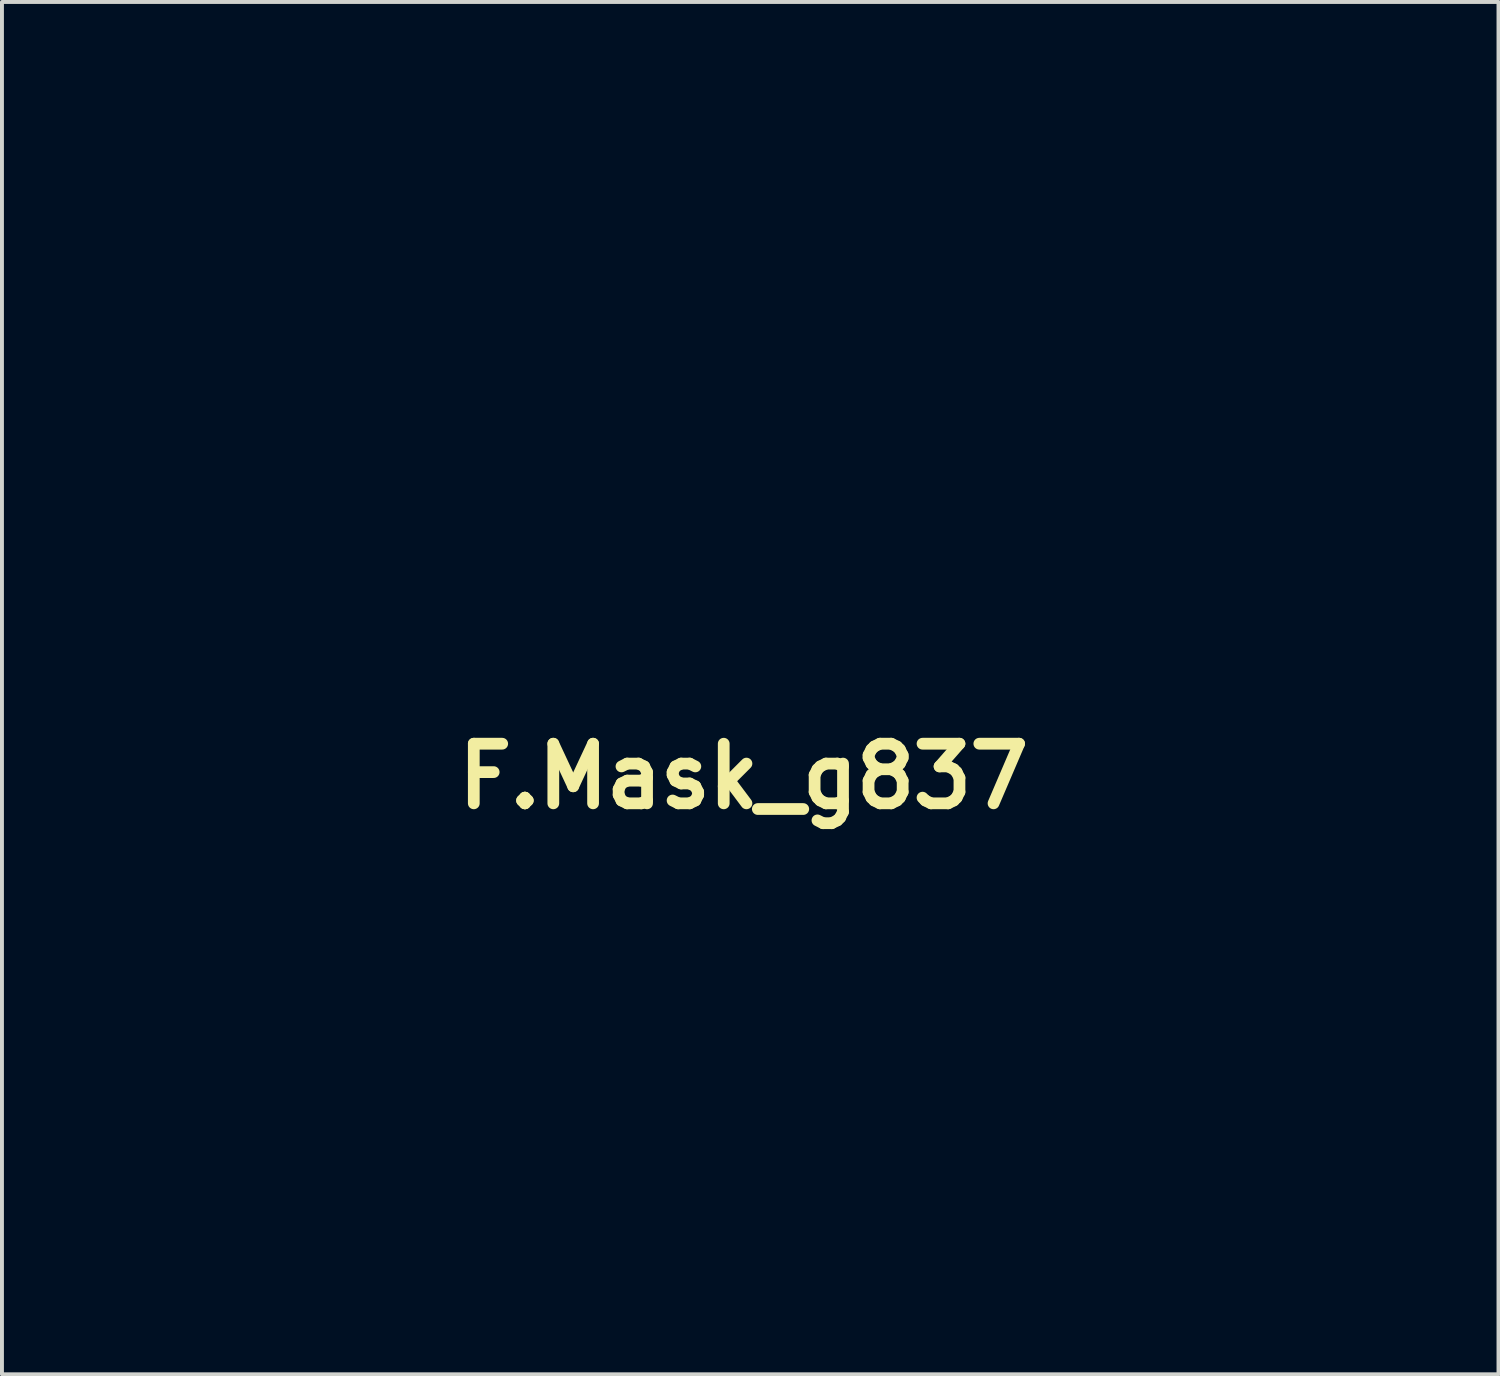
<source format=kicad_pcb>
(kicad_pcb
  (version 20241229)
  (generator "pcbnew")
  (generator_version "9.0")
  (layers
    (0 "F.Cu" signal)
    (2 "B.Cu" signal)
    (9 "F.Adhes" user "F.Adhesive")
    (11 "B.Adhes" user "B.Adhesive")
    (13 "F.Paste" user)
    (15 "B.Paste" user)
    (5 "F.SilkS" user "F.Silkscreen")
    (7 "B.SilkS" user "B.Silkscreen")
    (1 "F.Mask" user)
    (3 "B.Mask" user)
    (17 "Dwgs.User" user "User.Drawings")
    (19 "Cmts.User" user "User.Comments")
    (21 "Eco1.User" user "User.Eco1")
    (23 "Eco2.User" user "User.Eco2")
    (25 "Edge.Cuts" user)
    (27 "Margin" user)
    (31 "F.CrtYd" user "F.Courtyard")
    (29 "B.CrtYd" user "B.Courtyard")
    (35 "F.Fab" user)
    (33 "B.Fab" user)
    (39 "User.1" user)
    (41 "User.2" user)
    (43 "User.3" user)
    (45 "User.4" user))
  (footprint "F.Mask_g837"
    (layer "F.Cu")
    (at 15.951 16.788)
    (property "Reference" "F.Mask_g837" (at 0 0 0) (layer "F.SilkS") (effects (font (size 1.524 1.524) (thickness 0.3))))
    (attr through_hole)
    (fp_poly (pts (xy 0.4 -16.76) (xy 0.507 -16.694) (xy 0.673 -16.59) (xy 0.891 -16.45) (xy 1.156 -16.28) (xy 1.461 -16.083) (xy 1.801 -15.863) (xy 2.169 -15.624) (xy 2.56 -15.369) (xy 2.967 -15.104) (xy 3.385 -14.831) (xy 3.807 -14.555) (xy 4.227 -14.279) (xy 4.64 -14.008) (xy 5.039 -13.746) (xy 5.418 -13.496) (xy 5.772 -13.262) (xy 6.094 -13.049) (xy 6.378 -12.86) (xy 6.619 -12.699) (xy 6.809 -12.571) (xy 6.944 -12.478) (xy 7.017 -12.426) (xy 7.026 -12.418) (xy 7.016 -12.376) (xy 6.981 -12.259) (xy 6.922 -12.073) (xy 6.842 -11.823) (xy 6.742 -11.514) (xy 6.624 -11.153) (xy 6.49 -10.744) (xy 6.342 -10.293) (xy 6.181 -9.805) (xy 6.009 -9.287) (xy 5.828 -8.742) (xy 5.735 -8.464) (xy 4.424 -4.53) (xy 3.387 -4.536) (xy 3.167 -4.538) (xy 2.872 -4.542) (xy 2.513 -4.547) (xy 2.099 -4.553) (xy 1.64 -4.561) (xy 1.146 -4.569) (xy 0.627 -4.578) (xy 0.093 -4.588) (xy -0.445 -4.599) (xy -0.741 -4.605) (xy -1.244 -4.615) (xy -1.722 -4.625) (xy -2.169 -4.634) (xy -2.576 -4.643) (xy -2.939 -4.651) (xy -3.249 -4.658) (xy -3.501 -4.664) (xy -3.688 -4.669) (xy -3.803 -4.672) (xy -3.84 -4.674) (xy -3.854 -4.715) (xy -3.892 -4.83) (xy -3.95 -5.013) (xy -4.028 -5.257) (xy -4.122 -5.555) (xy -4.231 -5.901) (xy -4.353 -6.289) (xy -4.486 -6.711) (xy -4.628 -7.161) (xy -4.776 -7.633) (xy -4.929 -8.119) (xy -5.084 -8.614) (xy -5.24 -9.111) (xy -5.394 -9.603) (xy -5.544 -10.083) (xy -5.689 -10.546) (xy -5.826 -10.983) (xy -5.952 -11.39) (xy -6.067 -11.758) (xy -6.168 -12.082) (xy -6.253 -12.355) (xy -6.319 -12.571) (xy -6.365 -12.722) (xy -6.389 -12.803) (xy -6.392 -12.815) (xy -6.357 -12.843) (xy -6.254 -12.91) (xy -6.091 -13.012) (xy -5.873 -13.145) (xy -5.606 -13.306) (xy -5.298 -13.491) (xy -4.954 -13.697) (xy -4.58 -13.92) (xy -4.182 -14.155) (xy -3.768 -14.4) (xy -3.342 -14.651) (xy -2.912 -14.904) (xy -2.483 -15.156) (xy -2.062 -15.402) (xy -1.655 -15.639) (xy -1.268 -15.864) (xy -0.908 -16.073) (xy -0.58 -16.262) (xy -0.292 -16.427) (xy -0.048 -16.565) (xy 0.144 -16.673) (xy 0.279 -16.746) (xy 0.35 -16.78) (xy 0.358 -16.783) (xy 0.4 -16.76)) (stroke (width 0.01) (type solid)) (fill yes) (layer "F.Mask"))
    (fp_poly (pts (xy -5.84 -1.538) (xy -5.816 -1.499) (xy -5.753 -1.392) (xy -5.655 -1.223) (xy -5.525 -1) (xy -5.367 -0.727) (xy -5.184 -0.41) (xy -4.979 -0.056) (xy -4.757 0.329) (xy -4.52 0.74) (xy -4.272 1.17) (xy -4.016 1.613) (xy -3.756 2.064) (xy -3.496 2.516) (xy -3.238 2.964) (xy -2.987 3.401) (xy -2.745 3.822) (xy -2.517 4.22) (xy -2.305 4.589) (xy -2.113 4.923) (xy -1.944 5.217) (xy -1.803 5.465) (xy -1.692 5.659) (xy -1.615 5.795) (xy -1.575 5.867) (xy -1.574 5.869) (xy -1.569 5.888) (xy -1.574 5.913) (xy -1.593 5.949) (xy -1.629 5.999) (xy -1.685 6.067) (xy -1.766 6.157) (xy -1.874 6.271) (xy -2.013 6.414) (xy -2.187 6.589) (xy -2.399 6.8) (xy -2.653 7.05) (xy -2.953 7.344) (xy -3.301 7.684) (xy -3.702 8.074) (xy -4.158 8.519) (xy -4.351 8.706) (xy -4.769 9.113) (xy -5.178 9.51) (xy -5.57 9.891) (xy -5.942 10.253) (xy -6.289 10.589) (xy -6.605 10.896) (xy -6.886 11.169) (xy -7.126 11.402) (xy -7.321 11.591) (xy -7.466 11.73) (xy -7.554 11.816) (xy -7.557 11.818) (xy -7.938 12.184) (xy -11.938 10.385) (xy -12.487 10.138) (xy -13.014 9.901) (xy -13.513 9.676) (xy -13.981 9.465) (xy -14.41 9.272) (xy -14.798 9.097) (xy -15.138 8.944) (xy -15.425 8.814) (xy -15.654 8.711) (xy -15.821 8.636) (xy -15.919 8.591) (xy -15.946 8.578) (xy -15.941 8.536) (xy -15.923 8.418) (xy -15.894 8.23) (xy -15.854 7.979) (xy -15.806 7.672) (xy -15.749 7.316) (xy -15.685 6.918) (xy -15.615 6.485) (xy -15.541 6.024) (xy -15.463 5.541) (xy -15.383 5.044) (xy -15.301 4.54) (xy -15.219 4.035) (xy -15.138 3.537) (xy -15.059 3.052) (xy -14.983 2.587) (xy -14.911 2.15) (xy -14.845 1.747) (xy -14.786 1.384) (xy -14.733 1.07) (xy -14.69 0.81) (xy -14.657 0.613) (xy -14.634 0.483) (xy -14.624 0.43) (xy -14.624 0.429) (xy -14.579 0.415) (xy -14.458 0.384) (xy -14.267 0.338) (xy -14.014 0.278) (xy -13.705 0.206) (xy -13.346 0.123) (xy -12.944 0.031) (xy -12.506 -0.069) (xy -12.038 -0.175) (xy -11.547 -0.286) (xy -11.038 -0.4) (xy -10.52 -0.517) (xy -9.998 -0.634) (xy -9.479 -0.75) (xy -8.969 -0.863) (xy -8.476 -0.973) (xy -8.005 -1.077) (xy -7.563 -1.174) (xy -7.157 -1.263) (xy -6.794 -1.342) (xy -6.479 -1.41) (xy -6.22 -1.465) (xy -6.023 -1.505) (xy -5.894 -1.53) (xy -5.841 -1.538) (xy -5.84 -1.538)) (stroke (width 0.01) (type solid)) (fill yes) (layer "F.Mask"))
    (fp_poly (pts (xy 6.537 -1.505) (xy 6.654 -1.476) (xy 6.84 -1.429) (xy 7.087 -1.366) (xy 7.39 -1.287) (xy 7.742 -1.196) (xy 8.136 -1.093) (xy 8.566 -0.98) (xy 9.024 -0.859) (xy 9.505 -0.733) (xy 10.002 -0.601) (xy 10.508 -0.468) (xy 11.016 -0.333) (xy 11.52 -0.199) (xy 12.013 -0.068) (xy 12.49 0.059) (xy 12.942 0.18) (xy 13.364 0.293) (xy 13.748 0.396) (xy 14.089 0.488) (xy 14.38 0.567) (xy 14.613 0.631) (xy 14.784 0.678) (xy 14.884 0.707) (xy 14.909 0.716) (xy 14.919 0.76) (xy 14.943 0.881) (xy 14.977 1.072) (xy 15.021 1.325) (xy 15.075 1.635) (xy 15.136 1.993) (xy 15.204 2.394) (xy 15.277 2.831) (xy 15.355 3.296) (xy 15.436 3.783) (xy 15.52 4.284) (xy 15.604 4.794) (xy 15.688 5.305) (xy 15.771 5.81) (xy 15.852 6.303) (xy 15.929 6.776) (xy 16.002 7.223) (xy 16.068 7.636) (xy 16.128 8.01) (xy 16.18 8.337) (xy 16.222 8.61) (xy 16.255 8.823) (xy 16.276 8.969) (xy 16.284 9.04) (xy 16.284 9.046) (xy 16.242 9.065) (xy 16.129 9.115) (xy 15.951 9.191) (xy 15.714 9.293) (xy 15.424 9.416) (xy 15.089 9.558) (xy 14.715 9.716) (xy 14.308 9.888) (xy 13.875 10.071) (xy 13.422 10.262) (xy 12.955 10.458) (xy 12.481 10.657) (xy 12.007 10.857) (xy 11.539 11.053) (xy 11.083 11.244) (xy 10.646 11.427) (xy 10.235 11.6) (xy 9.855 11.758) (xy 9.513 11.901) (xy 9.217 12.024) (xy 8.971 12.126) (xy 8.783 12.203) (xy 8.659 12.254) (xy 8.606 12.274) (xy 8.605 12.274) (xy 8.571 12.245) (xy 8.481 12.159) (xy 8.339 12.022) (xy 8.149 11.836) (xy 7.914 11.607) (xy 7.639 11.336) (xy 7.328 11.029) (xy 6.984 10.69) (xy 6.611 10.321) (xy 6.214 9.928) (xy 5.796 9.513) (xy 5.361 9.082) (xy 5.341 9.061) (xy 4.828 8.552) (xy 4.372 8.098) (xy 3.97 7.697) (xy 3.618 7.346) (xy 3.313 7.041) (xy 3.053 6.778) (xy 2.833 6.555) (xy 2.651 6.368) (xy 2.503 6.214) (xy 2.386 6.089) (xy 2.297 5.99) (xy 2.232 5.914) (xy 2.189 5.857) (xy 2.163 5.815) (xy 2.153 5.787) (xy 2.154 5.767) (xy 2.156 5.764) (xy 2.184 5.714) (xy 2.252 5.599) (xy 2.356 5.424) (xy 2.492 5.195) (xy 2.656 4.919) (xy 2.846 4.6) (xy 3.057 4.245) (xy 3.286 3.861) (xy 3.529 3.452) (xy 3.783 3.025) (xy 4.045 2.586) (xy 4.31 2.141) (xy 4.576 1.696) (xy 4.838 1.256) (xy 5.093 0.829) (xy 5.338 0.419) (xy 5.569 0.032) (xy 5.782 -0.325) (xy 5.974 -0.646) (xy 6.141 -0.926) (xy 6.28 -1.158) (xy 6.388 -1.337) (xy 6.46 -1.457) (xy 6.493 -1.511) (xy 6.495 -1.513) (xy 6.537 -1.505)) (stroke (width 0.01) (type solid)) (fill yes) (layer "F.Mask")))
  (gr_rect
    (start -3 -3)
    (end 35.24 32.067)
    (stroke (width 0.1) (type default))
    (fill no)
    (layer "Edge.Cuts")))
</source>
